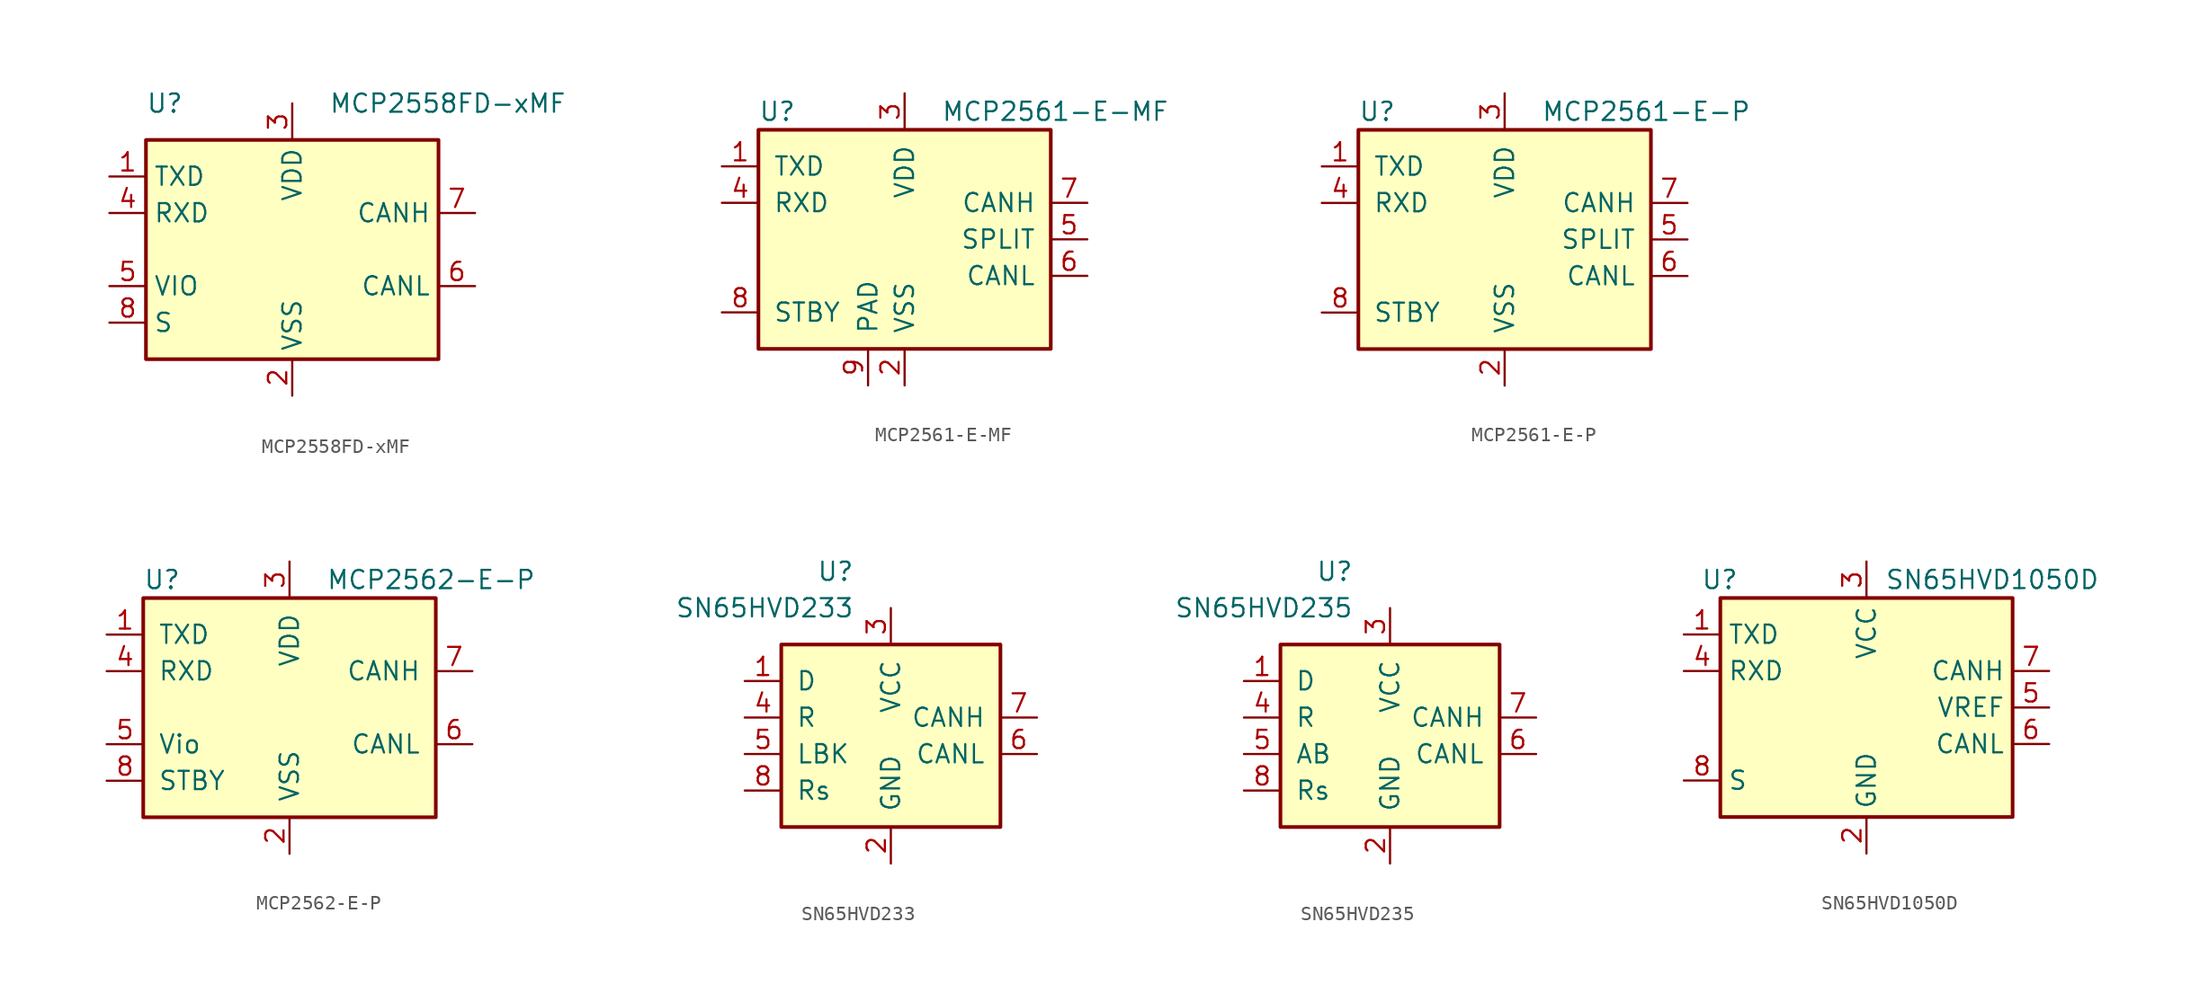
<source format=kicad_sym>
(kicad_symbol_lib
  (version 20201005)
  (generator kicad_symbol_editor)
  (symbol "MCP2558FD-xMF"
    (property "Reference" "U"
      (at -10.16 10.16 0)
      (effects (font (size 1.27 1.27)) (justify left)))
    (property "Value" "MCP2558FD-xMF"
      (at 2.54 10.16 0)
      (effects (font (size 1.27 1.27)) (justify left)))
    (symbol "MCP2558FD-xMF_0_1"
      (rectangle (start -10.16 7.62) (end 10.16 -7.62) (stroke (width 0.254)) (fill (type background))))
    (symbol "MCP2558FD-xMF_1_1"
      (pin input line (at -12.7 5.08 0) (length 2.54) (name "TXD" (effects (font (size 1.27 1.27)))) (number "1" (effects (font (size 1.27 1.27)))))
      (pin power_in line (at 0 -10.16 90) (length 2.54) (name "VSS" (effects (font (size 1.27 1.27)))) (number "2" (effects (font (size 1.27 1.27)))))
      (pin power_in line (at 0 10.16 270) (length 2.54) (name "VDD" (effects (font (size 1.27 1.27)))) (number "3" (effects (font (size 1.27 1.27)))))
      (pin output line (at -12.7 2.54 0) (length 2.54) (name "RXD" (effects (font (size 1.27 1.27)))) (number "4" (effects (font (size 1.27 1.27)))))
      (pin power_in line (at -12.7 -2.54 0) (length 2.54) (name "VIO" (effects (font (size 1.27 1.27)))) (number "5" (effects (font (size 1.27 1.27)))))
      (pin bidirectional line (at 12.7 -2.54 180) (length 2.54) (name "CANL" (effects (font (size 1.27 1.27)))) (number "6" (effects (font (size 1.27 1.27)))))
      (pin bidirectional line (at 12.7 2.54 180) (length 2.54) (name "CANH" (effects (font (size 1.27 1.27)))) (number "7" (effects (font (size 1.27 1.27)))))
      (pin input line (at -12.7 -5.08 0) (length 2.54) (name "S" (effects (font (size 1.27 1.27)))) (number "8" (effects (font (size 1.27 1.27)))))
      (pin passive line (at 0 -10.16 90) (length 2.54) hide (name "VSS" (effects (font (size 1.27 1.27)))) (number "9" (effects (font (size 1.27 1.27)))))))
  (symbol "MCP2561-E-MF"
    (pin_names
      (offset 1.016))
    (property "Reference" "U"
      (at -10.16 8.89 0)
      (effects (font (size 1.27 1.27)) (justify left)))
    (property "Value" "MCP2561-E-MF"
      (at 2.54 8.89 0)
      (effects (font (size 1.27 1.27)) (justify left)))
    (symbol "MCP2561-E-MF_0_1"
      (rectangle (start -10.16 7.62) (end 10.16 -7.62) (stroke (width 0.254)) (fill (type background))))
    (symbol "MCP2561-E-MF_1_1"
      (pin input line (at -12.7 5.08 0) (length 2.54) (name "TXD" (effects (font (size 1.27 1.27)))) (number "1" (effects (font (size 1.27 1.27)))))
      (pin power_in line (at 0 -10.16 90) (length 2.54) (name "VSS" (effects (font (size 1.27 1.27)))) (number "2" (effects (font (size 1.27 1.27)))))
      (pin power_in line (at 0 10.16 270) (length 2.54) (name "VDD" (effects (font (size 1.27 1.27)))) (number "3" (effects (font (size 1.27 1.27)))))
      (pin output line (at -12.7 2.54 0) (length 2.54) (name "RXD" (effects (font (size 1.27 1.27)))) (number "4" (effects (font (size 1.27 1.27)))))
      (pin passive line (at 12.7 0 180) (length 2.54) (name "SPLIT" (effects (font (size 1.27 1.27)))) (number "5" (effects (font (size 1.27 1.27)))))
      (pin bidirectional line (at 12.7 -2.54 180) (length 2.54) (name "CANL" (effects (font (size 1.27 1.27)))) (number "6" (effects (font (size 1.27 1.27)))))
      (pin bidirectional line (at 12.7 2.54 180) (length 2.54) (name "CANH" (effects (font (size 1.27 1.27)))) (number "7" (effects (font (size 1.27 1.27)))))
      (pin input line (at -12.7 -5.08 0) (length 2.54) (name "STBY" (effects (font (size 1.27 1.27)))) (number "8" (effects (font (size 1.27 1.27)))))
      (pin power_in line (at -2.54 -10.16 90) (length 2.54) (name "PAD" (effects (font (size 1.27 1.27)))) (number "9" (effects (font (size 1.27 1.27)))))))
  (symbol "MCP2561-E-P"
    (pin_names
      (offset 1.016))
    (property "Reference" "U"
      (at -10.16 8.89 0)
      (effects (font (size 1.27 1.27)) (justify left)))
    (property "Value" "MCP2561-E-P"
      (at 2.54 8.89 0)
      (effects (font (size 1.27 1.27)) (justify left)))
    (symbol "MCP2561-E-P_0_1"
      (rectangle (start -10.16 7.62) (end 10.16 -7.62) (stroke (width 0.254)) (fill (type background))))
    (symbol "MCP2561-E-P_1_1"
      (pin input line (at -12.7 5.08 0) (length 2.54) (name "TXD" (effects (font (size 1.27 1.27)))) (number "1" (effects (font (size 1.27 1.27)))))
      (pin power_in line (at 0 -10.16 90) (length 2.54) (name "VSS" (effects (font (size 1.27 1.27)))) (number "2" (effects (font (size 1.27 1.27)))))
      (pin power_in line (at 0 10.16 270) (length 2.54) (name "VDD" (effects (font (size 1.27 1.27)))) (number "3" (effects (font (size 1.27 1.27)))))
      (pin output line (at -12.7 2.54 0) (length 2.54) (name "RXD" (effects (font (size 1.27 1.27)))) (number "4" (effects (font (size 1.27 1.27)))))
      (pin passive line (at 12.7 0 180) (length 2.54) (name "SPLIT" (effects (font (size 1.27 1.27)))) (number "5" (effects (font (size 1.27 1.27)))))
      (pin bidirectional line (at 12.7 -2.54 180) (length 2.54) (name "CANL" (effects (font (size 1.27 1.27)))) (number "6" (effects (font (size 1.27 1.27)))))
      (pin bidirectional line (at 12.7 2.54 180) (length 2.54) (name "CANH" (effects (font (size 1.27 1.27)))) (number "7" (effects (font (size 1.27 1.27)))))
      (pin input line (at -12.7 -5.08 0) (length 2.54) (name "STBY" (effects (font (size 1.27 1.27)))) (number "8" (effects (font (size 1.27 1.27)))))))
  (symbol "MCP2562-E-P"
    (pin_names
      (offset 1.016))
    (property "Reference" "U"
      (at -10.16 8.89 0)
      (effects (font (size 1.27 1.27)) (justify left)))
    (property "Value" "MCP2562-E-P"
      (at 2.54 8.89 0)
      (effects (font (size 1.27 1.27)) (justify left)))
    (symbol "MCP2562-E-P_0_1"
      (rectangle (start -10.16 7.62) (end 10.16 -7.62) (stroke (width 0.254)) (fill (type background))))
    (symbol "MCP2562-E-P_1_1"
      (pin input line (at -12.7 5.08 0) (length 2.54) (name "TXD" (effects (font (size 1.27 1.27)))) (number "1" (effects (font (size 1.27 1.27)))))
      (pin power_in line (at 0 -10.16 90) (length 2.54) (name "VSS" (effects (font (size 1.27 1.27)))) (number "2" (effects (font (size 1.27 1.27)))))
      (pin power_in line (at 0 10.16 270) (length 2.54) (name "VDD" (effects (font (size 1.27 1.27)))) (number "3" (effects (font (size 1.27 1.27)))))
      (pin output line (at -12.7 2.54 0) (length 2.54) (name "RXD" (effects (font (size 1.27 1.27)))) (number "4" (effects (font (size 1.27 1.27)))))
      (pin power_in line (at -12.7 -2.54 0) (length 2.54) (name "Vio" (effects (font (size 1.27 1.27)))) (number "5" (effects (font (size 1.27 1.27)))))
      (pin bidirectional line (at 12.7 -2.54 180) (length 2.54) (name "CANL" (effects (font (size 1.27 1.27)))) (number "6" (effects (font (size 1.27 1.27)))))
      (pin bidirectional line (at 12.7 2.54 180) (length 2.54) (name "CANH" (effects (font (size 1.27 1.27)))) (number "7" (effects (font (size 1.27 1.27)))))
      (pin input line (at -12.7 -5.08 0) (length 2.54) (name "STBY" (effects (font (size 1.27 1.27)))) (number "8" (effects (font (size 1.27 1.27)))))))
  (symbol "SN65HVD233"
    (pin_names
      (offset 1.016))
    (property "Reference" "U"
      (at -2.54 10.16 0)
      (effects (font (size 1.27 1.27)) (justify right)))
    (property "Value" "SN65HVD233"
      (at -2.54 7.62 0)
      (effects (font (size 1.27 1.27)) (justify right)))
    (symbol "SN65HVD233_0_1"
      (rectangle (start -7.62 5.08) (end 7.62 -7.62) (stroke (width 0.254)) (fill (type background))))
    (symbol "SN65HVD233_1_1"
      (pin input line (at -10.16 2.54 0) (length 2.54) (name "D" (effects (font (size 1.27 1.27)))) (number "1" (effects (font (size 1.27 1.27)))))
      (pin power_in line (at 0 -10.16 90) (length 2.54) (name "GND" (effects (font (size 1.27 1.27)))) (number "2" (effects (font (size 1.27 1.27)))))
      (pin power_in line (at 0 7.62 270) (length 2.54) (name "VCC" (effects (font (size 1.27 1.27)))) (number "3" (effects (font (size 1.27 1.27)))))
      (pin output line (at -10.16 0 0) (length 2.54) (name "R" (effects (font (size 1.27 1.27)))) (number "4" (effects (font (size 1.27 1.27)))))
      (pin input line (at -10.16 -2.54 0) (length 2.54) (name "LBK" (effects (font (size 1.27 1.27)))) (number "5" (effects (font (size 1.27 1.27)))))
      (pin bidirectional line (at 10.16 -2.54 180) (length 2.54) (name "CANL" (effects (font (size 1.27 1.27)))) (number "6" (effects (font (size 1.27 1.27)))))
      (pin bidirectional line (at 10.16 0 180) (length 2.54) (name "CANH" (effects (font (size 1.27 1.27)))) (number "7" (effects (font (size 1.27 1.27)))))
      (pin input line (at -10.16 -5.08 0) (length 2.54) (name "Rs" (effects (font (size 1.27 1.27)))) (number "8" (effects (font (size 1.27 1.27)))))))
  (symbol "SN65HVD235"
    (pin_names
      (offset 1.016))
    (property "Reference" "U"
      (at -2.54 10.16 0)
      (effects (font (size 1.27 1.27)) (justify right)))
    (property "Value" "SN65HVD235"
      (at -2.54 7.62 0)
      (effects (font (size 1.27 1.27)) (justify right)))
    (symbol "SN65HVD235_0_1"
      (rectangle (start -7.62 5.08) (end 7.62 -7.62) (stroke (width 0.254)) (fill (type background))))
    (symbol "SN65HVD235_1_1"
      (pin input line (at -10.16 2.54 0) (length 2.54) (name "D" (effects (font (size 1.27 1.27)))) (number "1" (effects (font (size 1.27 1.27)))))
      (pin power_in line (at 0 -10.16 90) (length 2.54) (name "GND" (effects (font (size 1.27 1.27)))) (number "2" (effects (font (size 1.27 1.27)))))
      (pin power_in line (at 0 7.62 270) (length 2.54) (name "VCC" (effects (font (size 1.27 1.27)))) (number "3" (effects (font (size 1.27 1.27)))))
      (pin output line (at -10.16 0 0) (length 2.54) (name "R" (effects (font (size 1.27 1.27)))) (number "4" (effects (font (size 1.27 1.27)))))
      (pin input line (at -10.16 -2.54 0) (length 2.54) (name "AB" (effects (font (size 1.27 1.27)))) (number "5" (effects (font (size 1.27 1.27)))))
      (pin bidirectional line (at 10.16 -2.54 180) (length 2.54) (name "CANL" (effects (font (size 1.27 1.27)))) (number "6" (effects (font (size 1.27 1.27)))))
      (pin bidirectional line (at 10.16 0 180) (length 2.54) (name "CANH" (effects (font (size 1.27 1.27)))) (number "7" (effects (font (size 1.27 1.27)))))
      (pin input line (at -10.16 -5.08 0) (length 2.54) (name "Rs" (effects (font (size 1.27 1.27)))) (number "8" (effects (font (size 1.27 1.27)))))))
  (symbol "SN65HVD1050D"
    (property "Reference" "U"
      (at -8.89 8.89 0)
      (effects (font (size 1.27 1.27)) (justify right)))
    (property "Value" "SN65HVD1050D"
      (at 1.27 8.89 0)
      (effects (font (size 1.27 1.27)) (justify left)))
    (symbol "SN65HVD1050D_0_1"
      (rectangle (start -10.16 7.62) (end 10.16 -7.62) (stroke (width 0.254)) (fill (type background))))
    (symbol "SN65HVD1050D_1_1"
      (pin input line (at -12.7 5.08 0) (length 2.54) (name "TXD" (effects (font (size 1.27 1.27)))) (number "1" (effects (font (size 1.27 1.27)))))
      (pin power_in line (at 0 -10.16 90) (length 2.54) (name "GND" (effects (font (size 1.27 1.27)))) (number "2" (effects (font (size 1.27 1.27)))))
      (pin power_in line (at 0 10.16 270) (length 2.54) (name "VCC" (effects (font (size 1.27 1.27)))) (number "3" (effects (font (size 1.27 1.27)))))
      (pin output line (at -12.7 2.54 0) (length 2.54) (name "RXD" (effects (font (size 1.27 1.27)))) (number "4" (effects (font (size 1.27 1.27)))))
      (pin passive line (at 12.7 0 180) (length 2.54) (name "VREF" (effects (font (size 1.27 1.27)))) (number "5" (effects (font (size 1.27 1.27)))))
      (pin bidirectional line (at 12.7 -2.54 180) (length 2.54) (name "CANL" (effects (font (size 1.27 1.27)))) (number "6" (effects (font (size 1.27 1.27)))))
      (pin bidirectional line (at 12.7 2.54 180) (length 2.54) (name "CANH" (effects (font (size 1.27 1.27)))) (number "7" (effects (font (size 1.27 1.27)))))
      (pin input line (at -12.7 -5.08 0) (length 2.54) (name "S" (effects (font (size 1.27 1.27)))) (number "8" (effects (font (size 1.27 1.27))))))))
</source>
